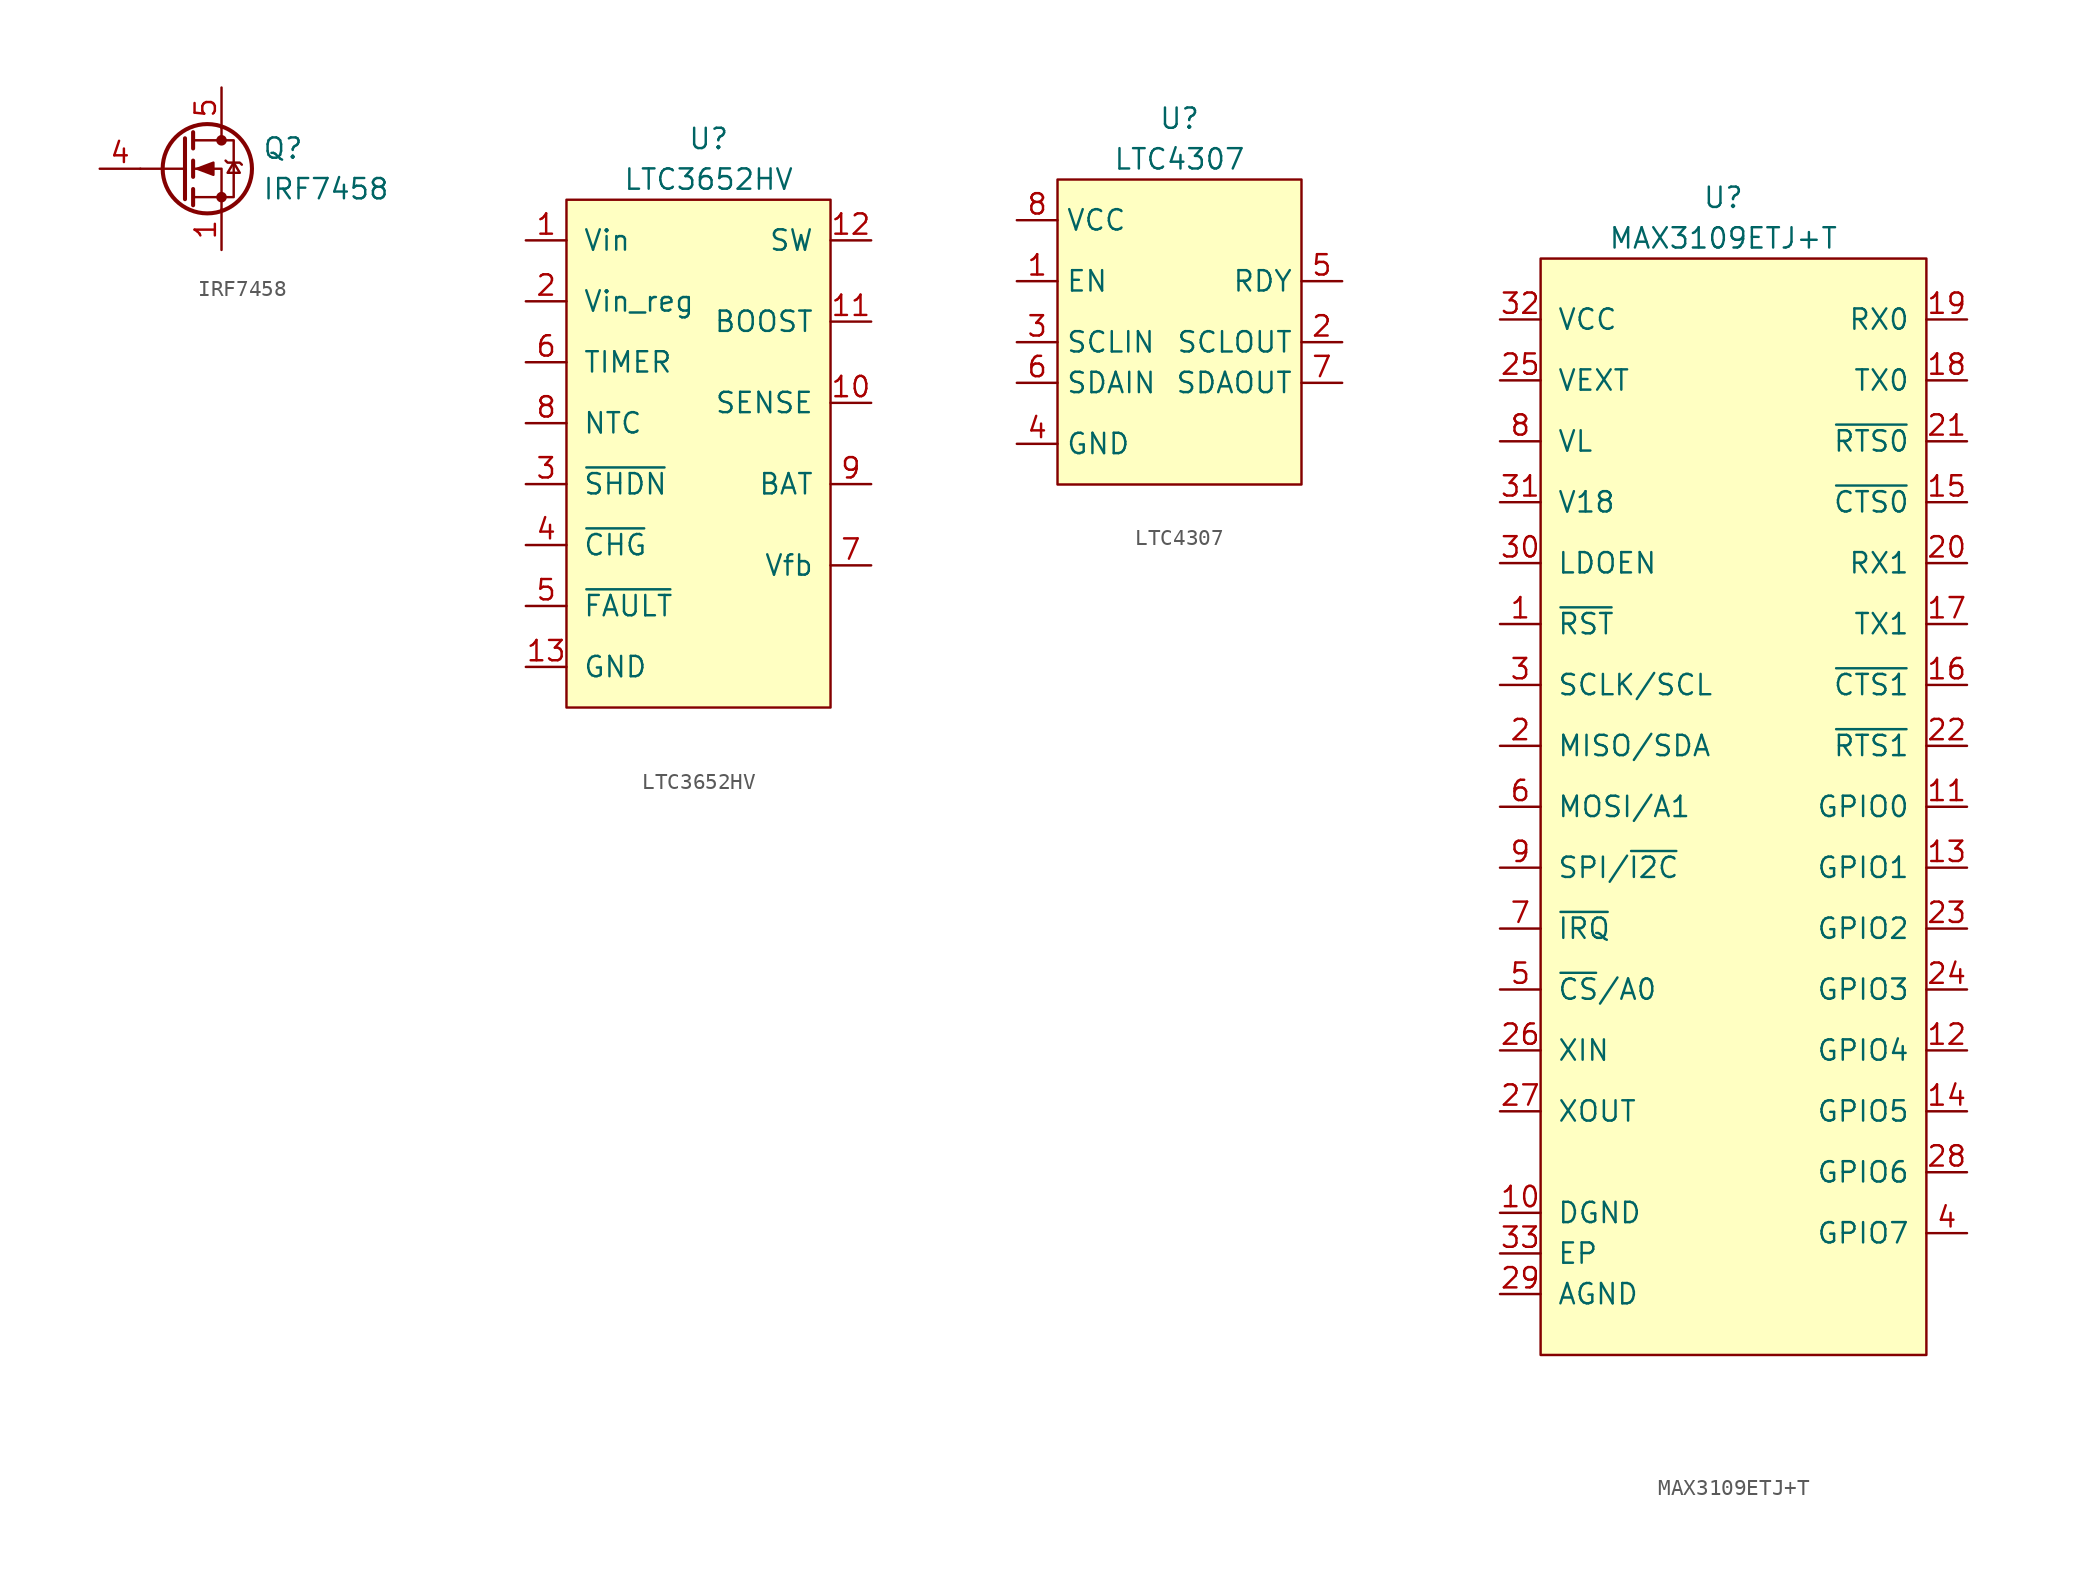
<source format=kicad_sym>
(kicad_symbol_lib
  (version 20211014)
  (generator kicad_symbol_editor)
  (symbol "IRF7458"
    (pin_names
      (offset 0) hide)
    (property "Reference" "Q"
      (at 5.08 1.27 0)
      (effects (font (size 1.27 1.27)) (justify left)))
    (property "Value" "IRF7458"
      (at 5.08 -1.27 0)
      (effects (font (size 1.27 1.27)) (justify left)))
    (symbol "IRF7458_0_1"
      (polyline (pts (xy 0.254 0) (xy -2.54 0)) (stroke (width 0) (type default) (color 0 0 0 0)) (fill (type none)))
      (polyline (pts (xy 0.254 1.905) (xy 0.254 -1.905)) (stroke (width 0.254) (type default) (color 0 0 0 0)) (fill (type none)))
      (polyline (pts (xy 0.762 -1.27) (xy 0.762 -2.286)) (stroke (width 0.254) (type default) (color 0 0 0 0)) (fill (type none)))
      (polyline (pts (xy 0.762 0.508) (xy 0.762 -0.508)) (stroke (width 0.254) (type default) (color 0 0 0 0)) (fill (type none)))
      (polyline (pts (xy 0.762 2.286) (xy 0.762 1.27)) (stroke (width 0.254) (type default) (color 0 0 0 0)) (fill (type none)))
      (polyline (pts (xy 2.54 2.54) (xy 2.54 1.778)) (stroke (width 0) (type default) (color 0 0 0 0)) (fill (type none)))
      (polyline (pts (xy 2.54 -2.54) (xy 2.54 0) (xy 0.762 0)) (stroke (width 0) (type default) (color 0 0 0 0)) (fill (type none)))
      (polyline (pts (xy 0.762 -1.778) (xy 3.302 -1.778) (xy 3.302 1.778) (xy 0.762 1.778)) (stroke (width 0) (type default) (color 0 0 0 0)) (fill (type none)))
      (polyline (pts (xy 1.016 0) (xy 2.032 0.381) (xy 2.032 -0.381) (xy 1.016 0)) (stroke (width 0) (type default) (color 0 0 0 0)) (fill (type outline)))
      (polyline (pts (xy 2.794 0.508) (xy 2.921 0.381) (xy 3.683 0.381) (xy 3.81 0.254)) (stroke (width 0) (type default) (color 0 0 0 0)) (fill (type none)))
      (polyline (pts (xy 3.302 0.381) (xy 2.921 -0.254) (xy 3.683 -0.254) (xy 3.302 0.381)) (stroke (width 0) (type default) (color 0 0 0 0)) (fill (type none)))
      (circle (center 1.651 0) (radius 2.794) (stroke (width 0.254) (type default) (color 0 0 0 0)) (fill (type none)))
      (circle (center 2.54 -1.778) (radius 0.254) (stroke (width 0) (type default) (color 0 0 0 0)) (fill (type outline)))
      (circle (center 2.54 1.778) (radius 0.254) (stroke (width 0) (type default) (color 0 0 0 0)) (fill (type outline))))
    (symbol "IRF7458_1_1"
      (pin passive line (at 2.54 -5.08 90) (length 2.54) (name "S" (effects (font (size 1.27 1.27)))) (number "1" (effects (font (size 1.27 1.27)))))
      (pin passive line (at 2.54 -5.08 90) (length 2.54) hide (name "S" (effects (font (size 1.27 1.27)))) (number "2" (effects (font (size 1.27 1.27)))))
      (pin passive line (at 2.54 -5.08 90) (length 2.54) hide (name "S" (effects (font (size 1.27 1.27)))) (number "3" (effects (font (size 1.27 1.27)))))
      (pin input line (at -5.08 0 0) (length 2.54) (name "G" (effects (font (size 1.27 1.27)))) (number "4" (effects (font (size 1.27 1.27)))))
      (pin passive line (at 2.54 5.08 270) (length 2.54) (name "D" (effects (font (size 1.27 1.27)))) (number "5" (effects (font (size 1.27 1.27)))))
      (pin passive line (at 2.54 5.08 270) (length 2.54) hide (name "D" (effects (font (size 1.27 1.27)))) (number "6" (effects (font (size 1.27 1.27)))))
      (pin passive line (at 2.54 5.08 270) (length 2.54) hide (name "D" (effects (font (size 1.27 1.27)))) (number "7" (effects (font (size 1.27 1.27)))))
      (pin passive line (at 2.54 5.08 270) (length 2.54) hide (name "D" (effects (font (size 1.27 1.27)))) (number "8" (effects (font (size 1.27 1.27)))))))
  (symbol "LTC3652HV"
    (pin_names
      (offset 1.016))
    (property "Reference" "U"
      (at 0 3.81 0)
      (effects (font (size 1.27 1.27))))
    (property "Value" "LTC3652HV"
      (at 0 1.27 0)
      (effects (font (size 1.27 1.27))))
    (symbol "LTC3652HV_0_1"
      (rectangle (start -8.89 0) (end 7.62 -31.75) (stroke (width 0) (type default) (color 0 0 0 0)) (fill (type background))))
    (symbol "LTC3652HV_1_1"
      (pin input line (at -11.43 -2.54 0) (length 2.54) (name "Vin" (effects (font (size 1.27 1.27)))) (number "1" (effects (font (size 1.27 1.27)))))
      (pin input line (at 10.16 -12.7 180) (length 2.54) (name "SENSE" (effects (font (size 1.27 1.27)))) (number "10" (effects (font (size 1.27 1.27)))))
      (pin input line (at 10.16 -7.62 180) (length 2.54) (name "BOOST" (effects (font (size 1.27 1.27)))) (number "11" (effects (font (size 1.27 1.27)))))
      (pin input line (at 10.16 -2.54 180) (length 2.54) (name "SW" (effects (font (size 1.27 1.27)))) (number "12" (effects (font (size 1.27 1.27)))))
      (pin input line (at -11.43 -29.21 0) (length 2.54) (name "GND" (effects (font (size 1.27 1.27)))) (number "13" (effects (font (size 1.27 1.27)))))
      (pin input line (at -11.43 -6.35 0) (length 2.54) (name "Vin_reg" (effects (font (size 1.27 1.27)))) (number "2" (effects (font (size 1.27 1.27)))))
      (pin input line (at -11.43 -17.78 0) (length 2.54) (name "~{SHDN}" (effects (font (size 1.27 1.27)))) (number "3" (effects (font (size 1.27 1.27)))))
      (pin input line (at -11.43 -21.59 0) (length 2.54) (name "~{CHG}" (effects (font (size 1.27 1.27)))) (number "4" (effects (font (size 1.27 1.27)))))
      (pin input line (at -11.43 -25.4 0) (length 2.54) (name "~{FAULT}" (effects (font (size 1.27 1.27)))) (number "5" (effects (font (size 1.27 1.27)))))
      (pin input line (at -11.43 -10.16 0) (length 2.54) (name "TIMER" (effects (font (size 1.27 1.27)))) (number "6" (effects (font (size 1.27 1.27)))))
      (pin input line (at 10.16 -22.86 180) (length 2.54) (name "Vfb" (effects (font (size 1.27 1.27)))) (number "7" (effects (font (size 1.27 1.27)))))
      (pin input line (at -11.43 -13.97 0) (length 2.54) (name "NTC" (effects (font (size 1.27 1.27)))) (number "8" (effects (font (size 1.27 1.27)))))
      (pin input line (at 10.16 -17.78 180) (length 2.54) (name "BAT" (effects (font (size 1.27 1.27)))) (number "9" (effects (font (size 1.27 1.27)))))))
  (symbol "LTC4307"
    (property "Reference" "U"
      (at 0 3.81 0)
      (effects (font (size 1.27 1.27))))
    (property "Value" "LTC4307"
      (at 0 1.27 0)
      (effects (font (size 1.27 1.27))))
    (symbol "LTC4307_0_0"
      (pin unspecified line (at -10.16 -6.35 0) (length 2.54) (name "EN" (effects (font (size 1.27 1.27)))) (number "1" (effects (font (size 1.27 1.27)))))
      (pin unspecified line (at 10.16 -10.16 180) (length 2.54) (name "SCLOUT" (effects (font (size 1.27 1.27)))) (number "2" (effects (font (size 1.27 1.27)))))
      (pin unspecified line (at -10.16 -10.16 0) (length 2.54) (name "SCLIN" (effects (font (size 1.27 1.27)))) (number "3" (effects (font (size 1.27 1.27)))))
      (pin unspecified line (at -10.16 -16.51 0) (length 2.54) (name "GND" (effects (font (size 1.27 1.27)))) (number "4" (effects (font (size 1.27 1.27)))))
      (pin unspecified line (at 10.16 -6.35 180) (length 2.54) (name "RDY" (effects (font (size 1.27 1.27)))) (number "5" (effects (font (size 1.27 1.27)))))
      (pin unspecified line (at -10.16 -12.7 0) (length 2.54) (name "SDAIN" (effects (font (size 1.27 1.27)))) (number "6" (effects (font (size 1.27 1.27)))))
      (pin unspecified line (at 10.16 -12.7 180) (length 2.54) (name "SDAOUT" (effects (font (size 1.27 1.27)))) (number "7" (effects (font (size 1.27 1.27)))))
      (pin unspecified line (at -10.16 -2.54 0) (length 2.54) (name "VCC" (effects (font (size 1.27 1.27)))) (number "8" (effects (font (size 1.27 1.27))))))
    (symbol "LTC4307_0_1"
      (rectangle (start -7.62 0) (end 7.62 -19.05) (stroke (width 0) (type default) (color 0 0 0 0)) (fill (type background)))))
  (symbol "MAX3109ETJ+T"
    (pin_names
      (offset 1.016))
    (property "Reference" "U"
      (at 0 3.81 0)
      (effects (font (size 1.27 1.27))))
    (property "Value" "MAX3109ETJ+T"
      (at 0 1.27 0)
      (effects (font (size 1.27 1.27))))
    (symbol "MAX3109ETJ+T_0_0"
      (pin unspecified line (at -13.97 -7.62 0) (length 2.54) (name "VEXT" (effects (font (size 1.27 1.27)))) (number "25" (effects (font (size 1.27 1.27)))))
      (pin unspecified line (at -13.97 -49.53 0) (length 2.54) (name "XIN" (effects (font (size 1.27 1.27)))) (number "26" (effects (font (size 1.27 1.27)))))
      (pin unspecified line (at -13.97 -53.34 0) (length 2.54) (name "XOUT" (effects (font (size 1.27 1.27)))) (number "27" (effects (font (size 1.27 1.27)))))
      (pin unspecified line (at 15.24 -57.15 180) (length 2.54) (name "GPIO6" (effects (font (size 1.27 1.27)))) (number "28" (effects (font (size 1.27 1.27)))))
      (pin unspecified line (at -13.97 -64.77 0) (length 2.54) (name "AGND" (effects (font (size 1.27 1.27)))) (number "29" (effects (font (size 1.27 1.27)))))
      (pin unspecified line (at -13.97 -19.05 0) (length 2.54) (name "LDOEN" (effects (font (size 1.27 1.27)))) (number "30" (effects (font (size 1.27 1.27)))))
      (pin unspecified line (at -13.97 -15.24 0) (length 2.54) (name "V18" (effects (font (size 1.27 1.27)))) (number "31" (effects (font (size 1.27 1.27)))))
      (pin unspecified line (at -13.97 -3.81 0) (length 2.54) (name "VCC" (effects (font (size 1.27 1.27)))) (number "32" (effects (font (size 1.27 1.27)))))
      (pin unspecified line (at -13.97 -62.23 0) (length 2.54) (name "EP" (effects (font (size 1.27 1.27)))) (number "33" (effects (font (size 1.27 1.27))))))
    (symbol "MAX3109ETJ+T_0_1"
      (rectangle (start -11.43 0) (end 12.7 -68.58) (stroke (width 0) (type default) (color 0 0 0 0)) (fill (type background))))
    (symbol "MAX3109ETJ+T_1_1"
      (pin input line (at -13.97 -22.86 0) (length 2.54) (name "~{RST}" (effects (font (size 1.27 1.27)))) (number "1" (effects (font (size 1.27 1.27)))))
      (pin input line (at -13.97 -59.69 0) (length 2.54) (name "DGND" (effects (font (size 1.27 1.27)))) (number "10" (effects (font (size 1.27 1.27)))))
      (pin input line (at 15.24 -34.29 180) (length 2.54) (name "GPIO0" (effects (font (size 1.27 1.27)))) (number "11" (effects (font (size 1.27 1.27)))))
      (pin input line (at 15.24 -49.53 180) (length 2.54) (name "GPIO4" (effects (font (size 1.27 1.27)))) (number "12" (effects (font (size 1.27 1.27)))))
      (pin input line (at 15.24 -38.1 180) (length 2.54) (name "GPIO1" (effects (font (size 1.27 1.27)))) (number "13" (effects (font (size 1.27 1.27)))))
      (pin input line (at 15.24 -53.34 180) (length 2.54) (name "GPIO5" (effects (font (size 1.27 1.27)))) (number "14" (effects (font (size 1.27 1.27)))))
      (pin input line (at 15.24 -15.24 180) (length 2.54) (name "~{CTS0}" (effects (font (size 1.27 1.27)))) (number "15" (effects (font (size 1.27 1.27)))))
      (pin input line (at 15.24 -26.67 180) (length 2.54) (name "~{CTS1}" (effects (font (size 1.27 1.27)))) (number "16" (effects (font (size 1.27 1.27)))))
      (pin input line (at 15.24 -22.86 180) (length 2.54) (name "TX1" (effects (font (size 1.27 1.27)))) (number "17" (effects (font (size 1.27 1.27)))))
      (pin input line (at 15.24 -7.62 180) (length 2.54) (name "TX0" (effects (font (size 1.27 1.27)))) (number "18" (effects (font (size 1.27 1.27)))))
      (pin input line (at 15.24 -3.81 180) (length 2.54) (name "RX0" (effects (font (size 1.27 1.27)))) (number "19" (effects (font (size 1.27 1.27)))))
      (pin input line (at -13.97 -30.48 0) (length 2.54) (name "MISO/SDA" (effects (font (size 1.27 1.27)))) (number "2" (effects (font (size 1.27 1.27)))))
      (pin input line (at 15.24 -19.05 180) (length 2.54) (name "RX1" (effects (font (size 1.27 1.27)))) (number "20" (effects (font (size 1.27 1.27)))))
      (pin input line (at 15.24 -11.43 180) (length 2.54) (name "~{RTS0}" (effects (font (size 1.27 1.27)))) (number "21" (effects (font (size 1.27 1.27)))))
      (pin input line (at 15.24 -30.48 180) (length 2.54) (name "~{RTS1}" (effects (font (size 1.27 1.27)))) (number "22" (effects (font (size 1.27 1.27)))))
      (pin input line (at 15.24 -41.91 180) (length 2.54) (name "GPIO2" (effects (font (size 1.27 1.27)))) (number "23" (effects (font (size 1.27 1.27)))))
      (pin input line (at 15.24 -45.72 180) (length 2.54) (name "GPIO3" (effects (font (size 1.27 1.27)))) (number "24" (effects (font (size 1.27 1.27)))))
      (pin input line (at -13.97 -26.67 0) (length 2.54) (name "SCLK/SCL" (effects (font (size 1.27 1.27)))) (number "3" (effects (font (size 1.27 1.27)))))
      (pin input line (at 15.24 -60.96 180) (length 2.54) (name "GPIO7" (effects (font (size 1.27 1.27)))) (number "4" (effects (font (size 1.27 1.27)))))
      (pin input line (at -13.97 -45.72 0) (length 2.54) (name "~{CS}/A0" (effects (font (size 1.27 1.27)))) (number "5" (effects (font (size 1.27 1.27)))))
      (pin input line (at -13.97 -34.29 0) (length 2.54) (name "MOSI/A1" (effects (font (size 1.27 1.27)))) (number "6" (effects (font (size 1.27 1.27)))))
      (pin input line (at -13.97 -41.91 0) (length 2.54) (name "~{IRQ}" (effects (font (size 1.27 1.27)))) (number "7" (effects (font (size 1.27 1.27)))))
      (pin input line (at -13.97 -11.43 0) (length 2.54) (name "VL" (effects (font (size 1.27 1.27)))) (number "8" (effects (font (size 1.27 1.27)))))
      (pin input line (at -13.97 -38.1 0) (length 2.54) (name "SPI/~{I2C}" (effects (font (size 1.27 1.27)))) (number "9" (effects (font (size 1.27 1.27))))))))
</source>
